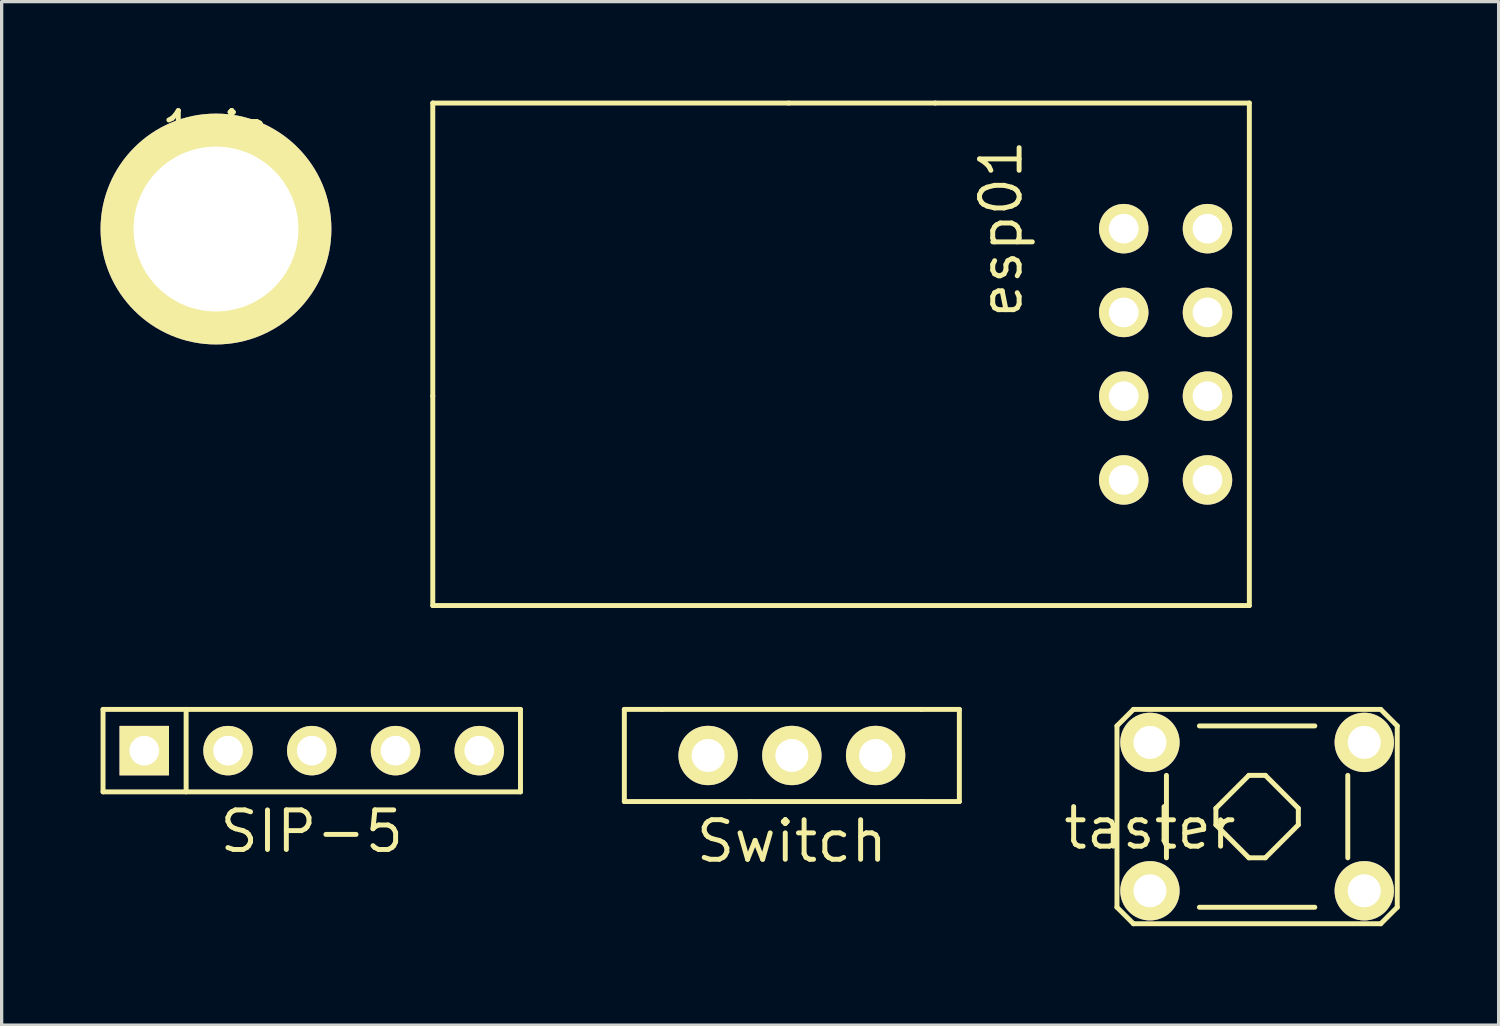
<source format=kicad_pcb>
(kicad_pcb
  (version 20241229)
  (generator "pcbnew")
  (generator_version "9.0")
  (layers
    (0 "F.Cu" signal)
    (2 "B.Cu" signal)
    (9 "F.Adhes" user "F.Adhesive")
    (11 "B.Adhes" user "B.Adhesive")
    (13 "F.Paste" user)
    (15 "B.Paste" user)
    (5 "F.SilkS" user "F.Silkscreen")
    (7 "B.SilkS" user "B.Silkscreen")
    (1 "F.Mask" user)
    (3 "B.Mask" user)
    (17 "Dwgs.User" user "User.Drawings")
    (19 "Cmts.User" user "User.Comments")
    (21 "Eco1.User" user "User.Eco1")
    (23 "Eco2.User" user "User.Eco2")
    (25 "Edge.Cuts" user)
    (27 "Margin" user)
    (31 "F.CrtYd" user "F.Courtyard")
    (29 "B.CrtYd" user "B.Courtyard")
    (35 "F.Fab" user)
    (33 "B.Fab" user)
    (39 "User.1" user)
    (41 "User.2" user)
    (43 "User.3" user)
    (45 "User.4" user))
  (footprint "taster"
    (layer "F.Cu")
    (at 31.825 19.465)
    (property "Reference" "taster" (at 0 2.6 0) (layer "F.SilkS") (effects (font (size 1.2 1.2) (thickness 0.15))))
    (attr through_hole)
    (fp_line (start -1 -0.5) (end -0.5 -1) (stroke (width 0.15) (type solid)) (layer "F.SilkS"))
    (fp_line (start -1 5) (end -1 -0.5) (stroke (width 0.15) (type solid)) (layer "F.SilkS"))
    (fp_line (start -0.5 -1) (end 7 -1) (stroke (width 0.15) (type solid)) (layer "F.SilkS"))
    (fp_line (start -0.5 5.5) (end -1 5) (stroke (width 0.15) (type solid)) (layer "F.SilkS"))
    (fp_line (start 0.5 1) (end 0.5 3.5) (stroke (width 0.15) (type solid)) (layer "F.SilkS"))
    (fp_line (start 1.5 5) (end 5 5) (stroke (width 0.15) (type solid)) (layer "F.SilkS"))
    (fp_line (start 2 2) (end 3 1) (stroke (width 0.15) (type solid)) (layer "F.SilkS"))
    (fp_line (start 2 2.5) (end 2 2) (stroke (width 0.15) (type solid)) (layer "F.SilkS"))
    (fp_line (start 3 1) (end 3.5 1) (stroke (width 0.15) (type solid)) (layer "F.SilkS"))
    (fp_line (start 3 3.5) (end 2 2.5) (stroke (width 0.15) (type solid)) (layer "F.SilkS"))
    (fp_line (start 3.5 1) (end 4.5 2) (stroke (width 0.15) (type solid)) (layer "F.SilkS"))
    (fp_line (start 3.5 3.5) (end 3 3.5) (stroke (width 0.15) (type solid)) (layer "F.SilkS"))
    (fp_line (start 4.5 2) (end 4.5 2.5) (stroke (width 0.15) (type solid)) (layer "F.SilkS"))
    (fp_line (start 4.5 2.5) (end 3.5 3.5) (stroke (width 0.15) (type solid)) (layer "F.SilkS"))
    (fp_line (start 5 -0.5) (end 1.5 -0.5) (stroke (width 0.15) (type solid)) (layer "F.SilkS"))
    (fp_line (start 6 3.5) (end 6 1) (stroke (width 0.15) (type solid)) (layer "F.SilkS"))
    (fp_line (start 7 -1) (end 7.5 -0.5) (stroke (width 0.15) (type solid)) (layer "F.SilkS"))
    (fp_line (start 7 5.5) (end -0.5 5.5) (stroke (width 0.15) (type solid)) (layer "F.SilkS"))
    (fp_line (start 7.5 -0.5) (end 7.5 5) (stroke (width 0.15) (type solid)) (layer "F.SilkS"))
    (fp_line (start 7.5 5) (end 7 5.5) (stroke (width 0.15) (type solid)) (layer "F.SilkS"))
    (pad "1" thru_hole circle (at 0 0) (size 1.8 1.8) (drill 1) (layers "*.Cu" "*.Mask" "F.SilkS"))
    (pad "2" thru_hole circle (at 0 4.5) (size 1.8 1.8) (drill 1) (layers "*.Cu" "*.Mask" "F.SilkS"))
    (pad "3" thru_hole circle (at 6.5 0) (size 1.8 1.8) (drill 1) (layers "*.Cu" "*.Mask" "F.SilkS"))
    (pad "4" thru_hole circle (at 6.5 4.5) (size 1.8 1.8) (drill 1) (layers "*.Cu" "*.Mask" "F.SilkS")))
  (footprint "1pin"
    (layer "F.Cu")
    (at 3.5 3.896)
    (property "Reference" "1pin" (at 0 -3.048 0) (layer "F.SilkS") (effects (font (size 1 1) (thickness 0.15))))
    (attr through_hole)
    (fp_circle (center 0 0) (end 0 -2.286) (stroke (width 0.15) (type solid)) (fill no) (layer "F.SilkS"))
    (pad "1" thru_hole circle (at 0 0) (size 7 7) (drill 5) (layers "*.Cu" "*.Mask" "F.SilkS")))
  (footprint "SIP-5"
    (layer "F.Cu")
    (at 6.405 19.715)
    (property "Reference" "SIP-5" (at 0 2.45 0) (layer "F.SilkS") (effects (font (size 1.2 1.2) (thickness 0.15))))
    (attr through_hole)
    (fp_line (start -6.33 -1.25) (end 6.33 -1.25) (stroke (width 0.15) (type solid)) (layer "F.SilkS"))
    (fp_line (start -6.33 1.25) (end -6.33 -1.25) (stroke (width 0.15) (type solid)) (layer "F.SilkS"))
    (fp_line (start -3.81 -1.25) (end -3.81 1.25) (stroke (width 0.15) (type solid)) (layer "F.SilkS"))
    (fp_line (start 6.33 -1.25) (end 6.33 1.25) (stroke (width 0.15) (type solid)) (layer "F.SilkS"))
    (fp_line (start 6.33 1.25) (end -6.33 1.25) (stroke (width 0.15) (type solid)) (layer "F.SilkS"))
    (pad "1" thru_hole rect (at -5.08 0) (size 1.5 1.5) (drill 0.9) (layers "*.Cu" "*.Mask" "F.SilkS"))
    (pad "2" thru_hole circle (at -2.54 0) (size 1.5 1.5) (drill 0.9) (layers "*.Cu" "*.Mask" "F.SilkS"))
    (pad "3" thru_hole circle (at 0 0) (size 1.5 1.5) (drill 0.9) (layers "*.Cu" "*.Mask" "F.SilkS"))
    (pad "4" thru_hole circle (at 2.54 0) (size 1.5 1.5) (drill 0.9) (layers "*.Cu" "*.Mask" "F.SilkS"))
    (pad "5" thru_hole circle (at 5.08 0) (size 1.5 1.5) (drill 0.9) (layers "*.Cu" "*.Mask" "F.SilkS")))
  (footprint "Switch"
    (layer "F.Cu")
    (at 20.965 19.862)
    (property "Reference" "Switch" (at 0 2.6 0) (layer "F.SilkS") (effects (font (size 1.2 1.2) (thickness 0.15))))
    (attr through_hole)
    (fp_line (start -5.08 -1.397) (end -5.08 1.397) (stroke (width 0.15) (type solid)) (layer "F.SilkS"))
    (fp_line (start -5.08 1.397) (end -1.27 1.397) (stroke (width 0.15) (type solid)) (layer "F.SilkS"))
    (fp_line (start -3.937 -1.397) (end -5.08 -1.397) (stroke (width 0.15) (type solid)) (layer "F.SilkS"))
    (fp_line (start -1.27 1.397) (end 3.937 1.397) (stroke (width 0.15) (type solid)) (layer "F.SilkS"))
    (fp_line (start 3.937 -1.397) (end -3.937 -1.397) (stroke (width 0.15) (type solid)) (layer "F.SilkS"))
    (fp_line (start 3.937 -1.397) (end 5.08 -1.397) (stroke (width 0.15) (type solid)) (layer "F.SilkS"))
    (fp_line (start 5.08 -1.397) (end 5.08 1.397) (stroke (width 0.15) (type solid)) (layer "F.SilkS"))
    (fp_line (start 5.08 1.397) (end 3.937 1.397) (stroke (width 0.15) (type solid)) (layer "F.SilkS"))
    (pad "1" thru_hole circle (at 0 0) (size 1.8 1.8) (drill 1) (layers "*.Cu" "*.Mask" "F.SilkS"))
    (pad "2" thru_hole circle (at -2.54 0) (size 1.8 1.8) (drill 1) (layers "*.Cu" "*.Mask" "F.SilkS"))
    (pad "3" thru_hole circle (at 2.54 0) (size 1.8 1.8) (drill 1) (layers "*.Cu" "*.Mask" "F.SilkS")))
  (footprint "esp01"
    (layer "F.Cu")
    (at 33.57 3.885)
    (property "Reference" "esp01" (at -6.26 0 90) (layer "F.SilkS") (effects (font (size 1.2 1.2) (thickness 0.15))))
    (attr through_hole)
    (fp_line (start -23.495 -3.81) (end -23.495 5.08) (stroke (width 0.15) (type solid)) (layer "F.SilkS"))
    (fp_line (start -23.495 5.08) (end -23.495 11.43) (stroke (width 0.15) (type solid)) (layer "F.SilkS"))
    (fp_line (start -23.495 11.43) (end 1.27 11.43) (stroke (width 0.15) (type solid)) (layer "F.SilkS"))
    (fp_line (start -12.7 -3.81) (end -23.495 -3.81) (stroke (width 0.15) (type solid)) (layer "F.SilkS"))
    (fp_line (start -8.255 -3.81) (end -12.7 -3.81) (stroke (width 0.15) (type solid)) (layer "F.SilkS"))
    (fp_line (start 1.27 -3.81) (end -8.255 -3.81) (stroke (width 0.15) (type solid)) (layer "F.SilkS"))
    (fp_line (start 1.27 11.43) (end 1.27 -3.81) (stroke (width 0.15) (type solid)) (layer "F.SilkS"))
    (pad "1" thru_hole circle (at 0 0) (size 1.5 1.5) (drill 0.9) (layers "*.Cu" "*.Mask" "F.SilkS"))
    (pad "2" thru_hole circle (at -2.54 0) (size 1.5 1.5) (drill 0.9) (layers "*.Cu" "*.Mask" "F.SilkS"))
    (pad "3" thru_hole circle (at 0 2.54) (size 1.5 1.5) (drill 0.9) (layers "*.Cu" "*.Mask" "F.SilkS"))
    (pad "4" thru_hole circle (at -2.54 2.54) (size 1.5 1.5) (drill 0.9) (layers "*.Cu" "*.Mask" "F.SilkS"))
    (pad "5" thru_hole circle (at 0 5.08) (size 1.5 1.5) (drill 0.9) (layers "*.Cu" "*.Mask" "F.SilkS"))
    (pad "6" thru_hole circle (at -2.54 5.08) (size 1.5 1.5) (drill 0.9) (layers "*.Cu" "*.Mask" "F.SilkS"))
    (pad "7" thru_hole circle (at 0 7.62) (size 1.5 1.5) (drill 0.9) (layers "*.Cu" "*.Mask" "F.SilkS"))
    (pad "8" thru_hole circle (at -2.54 7.62) (size 1.5 1.5) (drill 0.9) (layers "*.Cu" "*.Mask" "F.SilkS")))
  (gr_rect
    (start -3 -3)
    (end 42.4 28.04)
    (stroke (width 0.1) (type default))
    (fill no)
    (layer "Edge.Cuts")))
</source>
